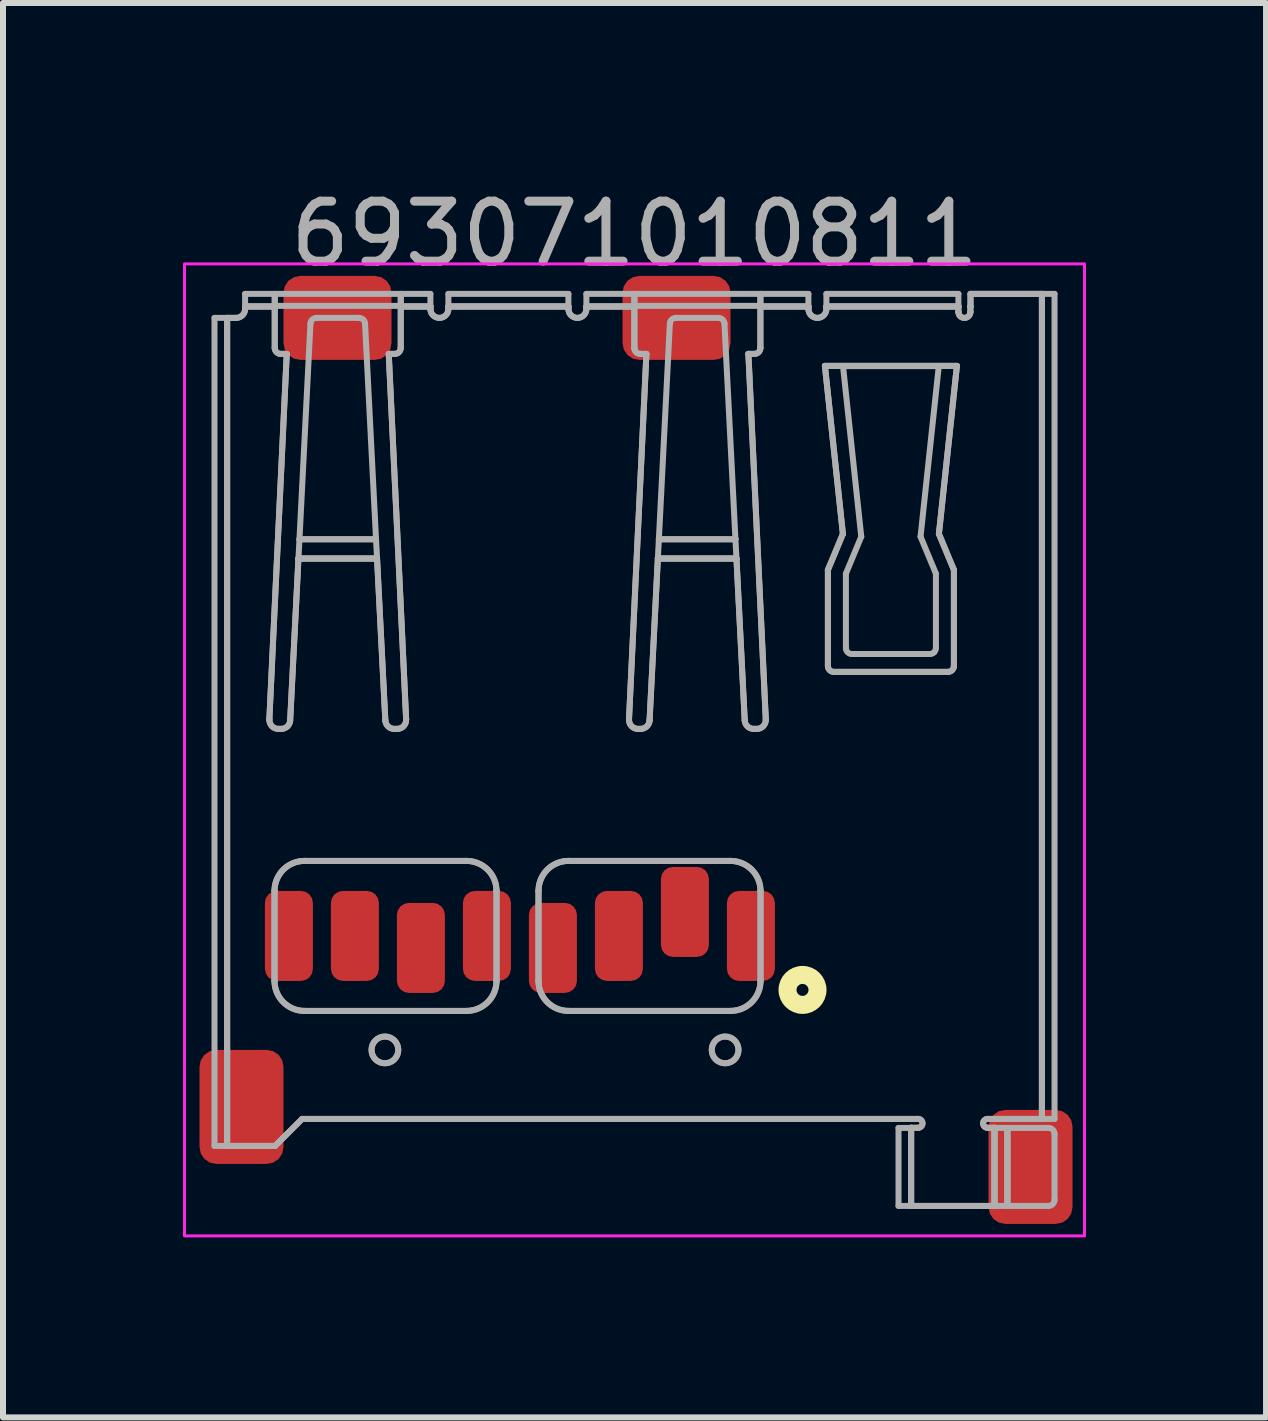
<source format=kicad_pcb>
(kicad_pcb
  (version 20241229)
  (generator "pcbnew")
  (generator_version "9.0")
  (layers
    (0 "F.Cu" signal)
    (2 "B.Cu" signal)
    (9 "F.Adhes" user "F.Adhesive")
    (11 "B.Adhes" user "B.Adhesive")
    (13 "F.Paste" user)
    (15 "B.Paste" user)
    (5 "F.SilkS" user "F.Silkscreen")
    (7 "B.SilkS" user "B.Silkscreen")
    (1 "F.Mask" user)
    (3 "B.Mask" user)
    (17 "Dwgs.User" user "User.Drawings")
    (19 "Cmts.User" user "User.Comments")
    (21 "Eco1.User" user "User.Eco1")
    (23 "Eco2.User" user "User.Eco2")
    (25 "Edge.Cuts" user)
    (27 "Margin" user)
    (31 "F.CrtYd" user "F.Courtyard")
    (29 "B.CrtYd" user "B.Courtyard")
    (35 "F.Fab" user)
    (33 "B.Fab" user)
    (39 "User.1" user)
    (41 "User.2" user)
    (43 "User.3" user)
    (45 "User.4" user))
  (footprint "693071010811"
    (layer "F.Cu")
    (at 7.525 9.448)
    (property "Reference" "693071010811" (at 0 -8.6 0) (layer "F.Fab") (effects (font (size 1 1) (thickness 0.15))))
    (attr smd)
    (fp_circle (center 2.8 4) (end 2.9 4) (stroke (width 0.3) (type solid)) (fill no) (layer "F.SilkS"))
    (fp_rect (start -7.5 -8.1) (end 7.5 8.1) (stroke (width 0.05) (type default)) (fill no) (layer "F.CrtYd"))
    (fp_line (start -7 -7.2) (end -6.79 -7.2) (stroke (width 0.1) (type solid)) (layer "F.Fab"))
    (fp_line (start -7 6.6) (end -7 -7.2) (stroke (width 0.1) (type solid)) (layer "F.Fab"))
    (fp_line (start -6.79 -7.2) (end -6.79 6.6) (stroke (width 0.1) (type solid)) (layer "F.Fab"))
    (fp_line (start -6.79 -7.2) (end -6.79 6.6) (stroke (width 0.1) (type solid)) (layer "F.Fab"))
    (fp_line (start -6.79 -7.2) (end -6.64 -7.2) (stroke (width 0.1) (type solid)) (layer "F.Fab"))
    (fp_line (start -6.79 6.6) (end -7 6.6) (stroke (width 0.1) (type solid)) (layer "F.Fab"))
    (fp_line (start -6.79 6.6) (end -6.79 -7.2) (stroke (width 0.1) (type solid)) (layer "F.Fab"))
    (fp_line (start -6.79 6.6) (end -5.99 6.6) (stroke (width 0.1) (type solid)) (layer "F.Fab"))
    (fp_line (start -6.64 -7.2) (end -6.79 -7.2) (stroke (width 0.1) (type solid)) (layer "F.Fab"))
    (fp_line (start -6.49 -7.6) (end -5.996 -7.6) (stroke (width 0.1) (type solid)) (layer "F.Fab"))
    (fp_line (start -6.49 -7.39) (end -6.49 -7.6) (stroke (width 0.1) (type solid)) (layer "F.Fab"))
    (fp_line (start -6.49 -7.39) (end -6.49 -7.35) (stroke (width 0.1) (type solid)) (layer "F.Fab"))
    (fp_line (start -6.49 -7.39) (end -5.996 -7.39) (stroke (width 0.1) (type solid)) (layer "F.Fab"))
    (fp_line (start -6.49 -7.35) (end -6.49 -7.39) (stroke (width 0.1) (type solid)) (layer "F.Fab"))
    (fp_line (start -6.086 -0.507) (end -5.796 -6.6) (stroke (width 0.1) (type solid)) (layer "F.Fab"))
    (fp_line (start -6.086 -0.507) (end -5.796 -6.6) (stroke (width 0.1) (type solid)) (layer "F.Fab"))
    (fp_line (start -6 3.85) (end -6 2.35) (stroke (width 0.1) (type solid)) (layer "F.Fab"))
    (fp_line (start -6 3.85) (end -6 2.35) (stroke (width 0.1) (type solid)) (layer "F.Fab"))
    (fp_line (start -5.996 -7.6) (end -5.996 -7.4) (stroke (width 0.1) (type solid)) (layer "F.Fab"))
    (fp_line (start -5.996 -7.6) (end -3.896 -7.6) (stroke (width 0.1) (type solid)) (layer "F.Fab"))
    (fp_line (start -5.996 -7.4) (end -3.896 -7.4) (stroke (width 0.1) (type solid)) (layer "F.Fab"))
    (fp_line (start -5.996 -7.39) (end -6.49 -7.39) (stroke (width 0.1) (type solid)) (layer "F.Fab"))
    (fp_line (start -5.996 -7.39) (end -6.49 -7.39) (stroke (width 0.1) (type solid)) (layer "F.Fab"))
    (fp_line (start -5.996 -7.39) (end -5.996 -7.6) (stroke (width 0.1) (type solid)) (layer "F.Fab"))
    (fp_line (start -5.996 -6.7) (end -5.996 -7.39) (stroke (width 0.1) (type solid)) (layer "F.Fab"))
    (fp_line (start -5.996 -6.7) (end -5.996 -7.39) (stroke (width 0.1) (type solid)) (layer "F.Fab"))
    (fp_line (start -5.99 6.6) (end -6.79 6.6) (stroke (width 0.1) (type solid)) (layer "F.Fab"))
    (fp_line (start -5.99 6.6) (end -5.54 6.15) (stroke (width 0.1) (type solid)) (layer "F.Fab"))
    (fp_line (start -5.889 -0.35) (end -5.936 -0.35) (stroke (width 0.1) (type solid)) (layer "F.Fab"))
    (fp_line (start -5.889 -0.35) (end -5.936 -0.35) (stroke (width 0.1) (type solid)) (layer "F.Fab"))
    (fp_line (start -5.796 -6.6) (end -5.896 -6.6) (stroke (width 0.1) (type solid)) (layer "F.Fab"))
    (fp_line (start -5.796 -6.6) (end -5.896 -6.6) (stroke (width 0.1) (type solid)) (layer "F.Fab"))
    (fp_line (start -5.601 -3.189) (end -5.739 -0.492) (stroke (width 0.1) (type solid)) (layer "F.Fab"))
    (fp_line (start -5.601 -3.189) (end -5.739 -0.492) (stroke (width 0.1) (type solid)) (layer "F.Fab"))
    (fp_line (start -5.601 -3.189) (end -5.584 -3.511) (stroke (width 0.1) (type solid)) (layer "F.Fab"))
    (fp_line (start -5.584 -3.511) (end -4.308 -3.511) (stroke (width 0.1) (type solid)) (layer "F.Fab"))
    (fp_line (start -5.54 6.15) (end -5.99 6.6) (stroke (width 0.1) (type solid)) (layer "F.Fab"))
    (fp_line (start -5.54 6.15) (end 4.726 6.15) (stroke (width 0.1) (type solid)) (layer "F.Fab"))
    (fp_line (start -5.5 1.85) (end -2.8 1.85) (stroke (width 0.1) (type solid)) (layer "F.Fab"))
    (fp_line (start -5.5 1.85) (end -2.8 1.85) (stroke (width 0.1) (type solid)) (layer "F.Fab"))
    (fp_line (start -5.401 -7.105) (end -5.584 -3.511) (stroke (width 0.1) (type solid)) (layer "F.Fab"))
    (fp_line (start -4.591 -7.2) (end -5.301 -7.2) (stroke (width 0.1) (type solid)) (layer "F.Fab"))
    (fp_line (start -4.308 -3.511) (end -5.584 -3.511) (stroke (width 0.1) (type solid)) (layer "F.Fab"))
    (fp_line (start -4.308 -3.511) (end -4.491 -7.105) (stroke (width 0.1) (type solid)) (layer "F.Fab"))
    (fp_line (start -4.308 -3.511) (end -4.291 -3.189) (stroke (width 0.1) (type solid)) (layer "F.Fab"))
    (fp_line (start -4.291 -3.189) (end -5.601 -3.189) (stroke (width 0.1) (type solid)) (layer "F.Fab"))
    (fp_line (start -4.291 -3.189) (end -5.601 -3.189) (stroke (width 0.1) (type solid)) (layer "F.Fab"))
    (fp_line (start -4.291 -3.189) (end -5.601 -3.189) (stroke (width 0.1) (type solid)) (layer "F.Fab"))
    (fp_line (start -4.153 -0.492) (end -4.291 -3.189) (stroke (width 0.1) (type solid)) (layer "F.Fab"))
    (fp_line (start -4.153 -0.492) (end -4.291 -3.189) (stroke (width 0.1) (type solid)) (layer "F.Fab"))
    (fp_line (start -4.096 -6.6) (end -3.806 -0.507) (stroke (width 0.1) (type solid)) (layer "F.Fab"))
    (fp_line (start -4.096 -6.6) (end -3.806 -0.507) (stroke (width 0.1) (type solid)) (layer "F.Fab"))
    (fp_line (start -3.996 -6.6) (end -4.096 -6.6) (stroke (width 0.1) (type solid)) (layer "F.Fab"))
    (fp_line (start -3.996 -6.6) (end -4.096 -6.6) (stroke (width 0.1) (type solid)) (layer "F.Fab"))
    (fp_line (start -3.956 -0.35) (end -4.003 -0.35) (stroke (width 0.1) (type solid)) (layer "F.Fab"))
    (fp_line (start -3.956 -0.35) (end -4.003 -0.35) (stroke (width 0.1) (type solid)) (layer "F.Fab"))
    (fp_line (start -3.896 -7.6) (end -3.896 -7.39) (stroke (width 0.1) (type solid)) (layer "F.Fab"))
    (fp_line (start -3.896 -7.6) (end -3.402 -7.6) (stroke (width 0.1) (type solid)) (layer "F.Fab"))
    (fp_line (start -3.896 -7.4) (end -3.896 -7.6) (stroke (width 0.1) (type solid)) (layer "F.Fab"))
    (fp_line (start -3.896 -7.39) (end -3.896 -6.7) (stroke (width 0.1) (type solid)) (layer "F.Fab"))
    (fp_line (start -3.896 -7.39) (end -3.896 -6.7) (stroke (width 0.1) (type solid)) (layer "F.Fab"))
    (fp_line (start -3.896 -7.39) (end -3.402 -7.39) (stroke (width 0.1) (type solid)) (layer "F.Fab"))
    (fp_line (start -3.402 -7.6) (end -3.402 -7.39) (stroke (width 0.1) (type solid)) (layer "F.Fab"))
    (fp_line (start -3.402 -7.39) (end -3.896 -7.39) (stroke (width 0.1) (type solid)) (layer "F.Fab"))
    (fp_line (start -3.402 -7.39) (end -3.896 -7.39) (stroke (width 0.1) (type solid)) (layer "F.Fab"))
    (fp_line (start -3.402 -7.39) (end -3.402 -7.35) (stroke (width 0.1) (type solid)) (layer "F.Fab"))
    (fp_line (start -3.402 -7.35) (end -3.402 -7.39) (stroke (width 0.1) (type solid)) (layer "F.Fab"))
    (fp_line (start -3.102 -7.6) (end -1.102 -7.6) (stroke (width 0.1) (type solid)) (layer "F.Fab"))
    (fp_line (start -3.102 -7.39) (end -3.102 -7.6) (stroke (width 0.1) (type solid)) (layer "F.Fab"))
    (fp_line (start -3.102 -7.39) (end -3.102 -7.35) (stroke (width 0.1) (type solid)) (layer "F.Fab"))
    (fp_line (start -3.102 -7.39) (end -1.102 -7.39) (stroke (width 0.1) (type solid)) (layer "F.Fab"))
    (fp_line (start -3.102 -7.35) (end -3.102 -7.39) (stroke (width 0.1) (type solid)) (layer "F.Fab"))
    (fp_line (start -2.8 4.35) (end -5.5 4.35) (stroke (width 0.1) (type solid)) (layer "F.Fab"))
    (fp_line (start -2.8 4.35) (end -5.5 4.35) (stroke (width 0.1) (type solid)) (layer "F.Fab"))
    (fp_line (start -2.3 2.35) (end -2.3 3.85) (stroke (width 0.1) (type solid)) (layer "F.Fab"))
    (fp_line (start -2.3 2.35) (end -2.3 3.85) (stroke (width 0.1) (type solid)) (layer "F.Fab"))
    (fp_line (start -1.6 3.85) (end -1.6 2.35) (stroke (width 0.1) (type solid)) (layer "F.Fab"))
    (fp_line (start -1.6 3.85) (end -1.6 2.35) (stroke (width 0.1) (type solid)) (layer "F.Fab"))
    (fp_line (start -1.102 -7.6) (end -1.102 -7.39) (stroke (width 0.1) (type solid)) (layer "F.Fab"))
    (fp_line (start -1.102 -7.39) (end -3.102 -7.39) (stroke (width 0.1) (type solid)) (layer "F.Fab"))
    (fp_line (start -1.102 -7.39) (end -3.102 -7.39) (stroke (width 0.1) (type solid)) (layer "F.Fab"))
    (fp_line (start -1.102 -7.39) (end -1.102 -7.35) (stroke (width 0.1) (type solid)) (layer "F.Fab"))
    (fp_line (start -1.102 -7.35) (end -1.102 -7.39) (stroke (width 0.1) (type solid)) (layer "F.Fab"))
    (fp_line (start -1.1 1.85) (end 1.6 1.85) (stroke (width 0.1) (type solid)) (layer "F.Fab"))
    (fp_line (start -1.1 1.85) (end 1.6 1.85) (stroke (width 0.1) (type solid)) (layer "F.Fab"))
    (fp_line (start -0.802 -7.6) (end -0.002 -7.6) (stroke (width 0.1) (type solid)) (layer "F.Fab"))
    (fp_line (start -0.802 -7.39) (end -0.802 -7.6) (stroke (width 0.1) (type solid)) (layer "F.Fab"))
    (fp_line (start -0.802 -7.39) (end -0.802 -7.35) (stroke (width 0.1) (type solid)) (layer "F.Fab"))
    (fp_line (start -0.802 -7.39) (end -0.002 -7.39) (stroke (width 0.1) (type solid)) (layer "F.Fab"))
    (fp_line (start -0.802 -7.35) (end -0.802 -7.39) (stroke (width 0.1) (type solid)) (layer "F.Fab"))
    (fp_line (start -0.092 -0.507) (end 0.198 -6.6) (stroke (width 0.1) (type solid)) (layer "F.Fab"))
    (fp_line (start -0.092 -0.507) (end 0.198 -6.6) (stroke (width 0.1) (type solid)) (layer "F.Fab"))
    (fp_line (start -0.002 -7.6) (end -0.002 -7.4) (stroke (width 0.1) (type solid)) (layer "F.Fab"))
    (fp_line (start -0.002 -7.6) (end 2.098 -7.6) (stroke (width 0.1) (type solid)) (layer "F.Fab"))
    (fp_line (start -0.002 -7.4) (end 2.098 -7.4) (stroke (width 0.1) (type solid)) (layer "F.Fab"))
    (fp_line (start -0.002 -7.39) (end -0.802 -7.39) (stroke (width 0.1) (type solid)) (layer "F.Fab"))
    (fp_line (start -0.002 -7.39) (end -0.802 -7.39) (stroke (width 0.1) (type solid)) (layer "F.Fab"))
    (fp_line (start -0.002 -7.39) (end -0.002 -7.6) (stroke (width 0.1) (type solid)) (layer "F.Fab"))
    (fp_line (start -0.002 -6.7) (end -0.002 -7.39) (stroke (width 0.1) (type solid)) (layer "F.Fab"))
    (fp_line (start -0.002 -6.7) (end -0.002 -7.39) (stroke (width 0.1) (type solid)) (layer "F.Fab"))
    (fp_line (start 0.101 -0.35) (end 0.058 -0.35) (stroke (width 0.1) (type solid)) (layer "F.Fab"))
    (fp_line (start 0.101 -0.35) (end 0.058 -0.35) (stroke (width 0.1) (type solid)) (layer "F.Fab"))
    (fp_line (start 0.198 -6.6) (end 0.098 -6.6) (stroke (width 0.1) (type solid)) (layer "F.Fab"))
    (fp_line (start 0.198 -6.6) (end 0.098 -6.6) (stroke (width 0.1) (type solid)) (layer "F.Fab"))
    (fp_line (start 0.389 -3.189) (end 0.251 -0.492) (stroke (width 0.1) (type solid)) (layer "F.Fab"))
    (fp_line (start 0.389 -3.189) (end 0.251 -0.492) (stroke (width 0.1) (type solid)) (layer "F.Fab"))
    (fp_line (start 0.389 -3.189) (end 0.406 -3.511) (stroke (width 0.1) (type solid)) (layer "F.Fab"))
    (fp_line (start 0.406 -3.511) (end 1.682 -3.511) (stroke (width 0.1) (type solid)) (layer "F.Fab"))
    (fp_line (start 0.589 -7.105) (end 0.406 -3.511) (stroke (width 0.1) (type solid)) (layer "F.Fab"))
    (fp_line (start 1.399 -7.2) (end 0.689 -7.2) (stroke (width 0.1) (type solid)) (layer "F.Fab"))
    (fp_line (start 1.6 4.35) (end -1.1 4.35) (stroke (width 0.1) (type solid)) (layer "F.Fab"))
    (fp_line (start 1.6 4.35) (end -1.1 4.35) (stroke (width 0.1) (type solid)) (layer "F.Fab"))
    (fp_line (start 1.682 -3.511) (end 0.406 -3.511) (stroke (width 0.1) (type solid)) (layer "F.Fab"))
    (fp_line (start 1.682 -3.511) (end 1.499 -7.105) (stroke (width 0.1) (type solid)) (layer "F.Fab"))
    (fp_line (start 1.682 -3.511) (end 1.699 -3.189) (stroke (width 0.1) (type solid)) (layer "F.Fab"))
    (fp_line (start 1.699 -3.189) (end 0.389 -3.189) (stroke (width 0.1) (type solid)) (layer "F.Fab"))
    (fp_line (start 1.699 -3.189) (end 0.389 -3.189) (stroke (width 0.1) (type solid)) (layer "F.Fab"))
    (fp_line (start 1.699 -3.189) (end 0.389 -3.189) (stroke (width 0.1) (type solid)) (layer "F.Fab"))
    (fp_line (start 1.837 -0.492) (end 1.699 -3.189) (stroke (width 0.1) (type solid)) (layer "F.Fab"))
    (fp_line (start 1.837 -0.492) (end 1.699 -3.189) (stroke (width 0.1) (type solid)) (layer "F.Fab"))
    (fp_line (start 1.898 -6.6) (end 2.188 -0.507) (stroke (width 0.1) (type solid)) (layer "F.Fab"))
    (fp_line (start 1.898 -6.6) (end 2.188 -0.507) (stroke (width 0.1) (type solid)) (layer "F.Fab"))
    (fp_line (start 1.998 -6.6) (end 1.898 -6.6) (stroke (width 0.1) (type solid)) (layer "F.Fab"))
    (fp_line (start 1.998 -6.6) (end 1.898 -6.6) (stroke (width 0.1) (type solid)) (layer "F.Fab"))
    (fp_line (start 2.038 -0.35) (end 1.987 -0.35) (stroke (width 0.1) (type solid)) (layer "F.Fab"))
    (fp_line (start 2.038 -0.35) (end 1.987 -0.35) (stroke (width 0.1) (type solid)) (layer "F.Fab"))
    (fp_line (start 2.098 -7.6) (end 2.098 -7.39) (stroke (width 0.1) (type solid)) (layer "F.Fab"))
    (fp_line (start 2.098 -7.6) (end 2.898 -7.6) (stroke (width 0.1) (type solid)) (layer "F.Fab"))
    (fp_line (start 2.098 -7.4) (end 2.098 -7.6) (stroke (width 0.1) (type solid)) (layer "F.Fab"))
    (fp_line (start 2.098 -7.39) (end 2.098 -6.7) (stroke (width 0.1) (type solid)) (layer "F.Fab"))
    (fp_line (start 2.098 -7.39) (end 2.098 -6.7) (stroke (width 0.1) (type solid)) (layer "F.Fab"))
    (fp_line (start 2.098 -7.39) (end 2.898 -7.39) (stroke (width 0.1) (type solid)) (layer "F.Fab"))
    (fp_line (start 2.1 2.35) (end 2.1 3.85) (stroke (width 0.1) (type solid)) (layer "F.Fab"))
    (fp_line (start 2.1 2.35) (end 2.1 3.85) (stroke (width 0.1) (type solid)) (layer "F.Fab"))
    (fp_line (start 2.898 -7.6) (end 2.898 -7.39) (stroke (width 0.1) (type solid)) (layer "F.Fab"))
    (fp_line (start 2.898 -7.39) (end 2.098 -7.39) (stroke (width 0.1) (type solid)) (layer "F.Fab"))
    (fp_line (start 2.898 -7.39) (end 2.098 -7.39) (stroke (width 0.1) (type solid)) (layer "F.Fab"))
    (fp_line (start 2.898 -7.39) (end 2.898 -7.35) (stroke (width 0.1) (type solid)) (layer "F.Fab"))
    (fp_line (start 2.898 -7.35) (end 2.898 -7.39) (stroke (width 0.1) (type solid)) (layer "F.Fab"))
    (fp_line (start 3.173 -6.4) (end 3.475 -6.4) (stroke (width 0.1) (type solid)) (layer "F.Fab"))
    (fp_line (start 3.173 -6.4) (end 3.475 -6.4) (stroke (width 0.1) (type solid)) (layer "F.Fab"))
    (fp_line (start 3.198 -7.6) (end 5.398 -7.6) (stroke (width 0.1) (type solid)) (layer "F.Fab"))
    (fp_line (start 3.198 -7.39) (end 3.198 -7.6) (stroke (width 0.1) (type solid)) (layer "F.Fab"))
    (fp_line (start 3.198 -7.39) (end 3.198 -7.35) (stroke (width 0.1) (type solid)) (layer "F.Fab"))
    (fp_line (start 3.198 -7.39) (end 5.398 -7.39) (stroke (width 0.1) (type solid)) (layer "F.Fab"))
    (fp_line (start 3.198 -7.35) (end 3.198 -7.39) (stroke (width 0.1) (type solid)) (layer "F.Fab"))
    (fp_line (start 3.223 -3) (end 3.473 -3.6) (stroke (width 0.1) (type solid)) (layer "F.Fab"))
    (fp_line (start 3.223 -3) (end 3.473 -3.6) (stroke (width 0.1) (type solid)) (layer "F.Fab"))
    (fp_line (start 3.223 -1.4) (end 3.223 -3) (stroke (width 0.1) (type solid)) (layer "F.Fab"))
    (fp_line (start 3.223 -1.4) (end 3.223 -3) (stroke (width 0.1) (type solid)) (layer "F.Fab"))
    (fp_line (start 3.473 -3.6) (end 3.173 -6.4) (stroke (width 0.1) (type solid)) (layer "F.Fab"))
    (fp_line (start 3.473 -3.6) (end 3.173 -6.4) (stroke (width 0.1) (type solid)) (layer "F.Fab"))
    (fp_line (start 3.475 -6.4) (end 5.071 -6.4) (stroke (width 0.1) (type solid)) (layer "F.Fab"))
    (fp_line (start 3.475 -6.4) (end 5.071 -6.4) (stroke (width 0.1) (type solid)) (layer "F.Fab"))
    (fp_line (start 3.475 -6.396) (end 3.779 -3.554) (stroke (width 0.1) (type solid)) (layer "F.Fab"))
    (fp_line (start 3.523 -2.938) (end 3.523 -1.698) (stroke (width 0.1) (type solid)) (layer "F.Fab"))
    (fp_line (start 3.623 -1.598) (end 4.923 -1.598) (stroke (width 0.1) (type solid)) (layer "F.Fab"))
    (fp_line (start 3.779 -3.554) (end 3.523 -2.938) (stroke (width 0.1) (type solid)) (layer "F.Fab"))
    (fp_line (start 4.4 6.3) (end 4.61 6.3) (stroke (width 0.1) (type solid)) (layer "F.Fab"))
    (fp_line (start 4.4 7.6) (end 4.4 6.3) (stroke (width 0.1) (type solid)) (layer "F.Fab"))
    (fp_line (start 4.61 6.298) (end 4.61 6.3) (stroke (width 0.1) (type solid)) (layer "F.Fab"))
    (fp_line (start 4.61 6.298) (end 4.726 6.298) (stroke (width 0.1) (type solid)) (layer "F.Fab"))
    (fp_line (start 4.61 6.3) (end 4.61 6.298) (stroke (width 0.1) (type solid)) (layer "F.Fab"))
    (fp_line (start 4.61 6.3) (end 4.61 7.6) (stroke (width 0.1) (type solid)) (layer "F.Fab"))
    (fp_line (start 4.61 6.3) (end 4.61 7.6) (stroke (width 0.1) (type solid)) (layer "F.Fab"))
    (fp_line (start 4.61 7.6) (end 4.4 7.6) (stroke (width 0.1) (type solid)) (layer "F.Fab"))
    (fp_line (start 4.61 7.6) (end 4.61 6.3) (stroke (width 0.1) (type solid)) (layer "F.Fab"))
    (fp_line (start 4.61 7.6) (end 6 7.6) (stroke (width 0.1) (type solid)) (layer "F.Fab"))
    (fp_line (start 4.726 6.15) (end -5.54 6.15) (stroke (width 0.1) (type solid)) (layer "F.Fab"))
    (fp_line (start 4.726 6.298) (end 4.61 6.298) (stroke (width 0.1) (type solid)) (layer "F.Fab"))
    (fp_line (start 4.767 -3.554) (end 5.071 -6.396) (stroke (width 0.1) (type solid)) (layer "F.Fab"))
    (fp_line (start 5.023 -2.938) (end 4.767 -3.554) (stroke (width 0.1) (type solid)) (layer "F.Fab"))
    (fp_line (start 5.023 -1.698) (end 5.023 -2.938) (stroke (width 0.1) (type solid)) (layer "F.Fab"))
    (fp_line (start 5.071 -6.396) (end 3.475 -6.396) (stroke (width 0.1) (type solid)) (layer "F.Fab"))
    (fp_line (start 5.071 -6.4) (end 5.373 -6.4) (stroke (width 0.1) (type solid)) (layer "F.Fab"))
    (fp_line (start 5.071 -6.4) (end 5.373 -6.4) (stroke (width 0.1) (type solid)) (layer "F.Fab"))
    (fp_line (start 5.073 -3.6) (end 5.323 -3) (stroke (width 0.1) (type solid)) (layer "F.Fab"))
    (fp_line (start 5.073 -3.6) (end 5.323 -3) (stroke (width 0.1) (type solid)) (layer "F.Fab"))
    (fp_line (start 5.223 -1.3) (end 3.323 -1.3) (stroke (width 0.1) (type solid)) (layer "F.Fab"))
    (fp_line (start 5.223 -1.3) (end 3.323 -1.3) (stroke (width 0.1) (type solid)) (layer "F.Fab"))
    (fp_line (start 5.323 -3) (end 5.323 -1.4) (stroke (width 0.1) (type solid)) (layer "F.Fab"))
    (fp_line (start 5.323 -3) (end 5.323 -1.4) (stroke (width 0.1) (type solid)) (layer "F.Fab"))
    (fp_line (start 5.373 -6.4) (end 5.073 -3.6) (stroke (width 0.1) (type solid)) (layer "F.Fab"))
    (fp_line (start 5.373 -6.4) (end 5.073 -3.6) (stroke (width 0.1) (type solid)) (layer "F.Fab"))
    (fp_line (start 5.398 -7.6) (end 5.398 -7.39) (stroke (width 0.1) (type solid)) (layer "F.Fab"))
    (fp_line (start 5.398 -7.39) (end 3.198 -7.39) (stroke (width 0.1) (type solid)) (layer "F.Fab"))
    (fp_line (start 5.398 -7.39) (end 3.198 -7.39) (stroke (width 0.1) (type solid)) (layer "F.Fab"))
    (fp_line (start 5.398 -7.39) (end 5.398 -7.3) (stroke (width 0.1) (type solid)) (layer "F.Fab"))
    (fp_line (start 5.398 -7.3) (end 5.398 -7.39) (stroke (width 0.1) (type solid)) (layer "F.Fab"))
    (fp_line (start 5.598 -7.39) (end 5.598 -7.3) (stroke (width 0.1) (type solid)) (layer "F.Fab"))
    (fp_line (start 5.598 -7.39) (end 5.6 -7.39) (stroke (width 0.1) (type solid)) (layer "F.Fab"))
    (fp_line (start 5.598 -7.3) (end 5.598 -7.39) (stroke (width 0.1) (type solid)) (layer "F.Fab"))
    (fp_line (start 5.6 -7.6) (end 5.6 -7.39) (stroke (width 0.1) (type solid)) (layer "F.Fab"))
    (fp_line (start 5.6 -7.6) (end 6.79 -7.6) (stroke (width 0.1) (type solid)) (layer "F.Fab"))
    (fp_line (start 5.6 -7.39) (end 5.598 -7.39) (stroke (width 0.1) (type solid)) (layer "F.Fab"))
    (fp_line (start 5.6 -7.39) (end 5.6 -7.6) (stroke (width 0.1) (type solid)) (layer "F.Fab"))
    (fp_line (start 5.884 6.15) (end 6.79 6.15) (stroke (width 0.1) (type solid)) (layer "F.Fab"))
    (fp_line (start 5.884 6.298) (end 6 6.298) (stroke (width 0.1) (type solid)) (layer "F.Fab"))
    (fp_line (start 6 6.298) (end 5.884 6.298) (stroke (width 0.1) (type solid)) (layer "F.Fab"))
    (fp_line (start 6 6.298) (end 6 6.3) (stroke (width 0.1) (type solid)) (layer "F.Fab"))
    (fp_line (start 6 6.3) (end 6 6.298) (stroke (width 0.1) (type solid)) (layer "F.Fab"))
    (fp_line (start 6 6.3) (end 6 7.6) (stroke (width 0.1) (type solid)) (layer "F.Fab"))
    (fp_line (start 6 6.3) (end 6.21 6.3) (stroke (width 0.1) (type solid)) (layer "F.Fab"))
    (fp_line (start 6 7.6) (end 4.61 7.6) (stroke (width 0.1) (type solid)) (layer "F.Fab"))
    (fp_line (start 6 7.6) (end 6 6.3) (stroke (width 0.1) (type solid)) (layer "F.Fab"))
    (fp_line (start 6 7.6) (end 6 6.3) (stroke (width 0.1) (type solid)) (layer "F.Fab"))
    (fp_line (start 6.21 6.3) (end 6.21 7.6) (stroke (width 0.1) (type solid)) (layer "F.Fab"))
    (fp_line (start 6.21 7.6) (end 6 7.6) (stroke (width 0.1) (type solid)) (layer "F.Fab"))
    (fp_line (start 6.22 6.3) (end 6.22 7.6) (stroke (width 0.1) (type solid)) (layer "F.Fab"))
    (fp_line (start 6.22 7.6) (end 6.9 7.6) (stroke (width 0.1) (type solid)) (layer "F.Fab"))
    (fp_line (start 6.79 -7.6) (end 5.6 -7.6) (stroke (width 0.1) (type solid)) (layer "F.Fab"))
    (fp_line (start 6.79 -7.6) (end 6.79 6.15) (stroke (width 0.1) (type solid)) (layer "F.Fab"))
    (fp_line (start 6.79 -7.6) (end 7 -7.6) (stroke (width 0.1) (type solid)) (layer "F.Fab"))
    (fp_line (start 6.79 6.15) (end 5.884 6.15) (stroke (width 0.1) (type solid)) (layer "F.Fab"))
    (fp_line (start 6.79 6.15) (end 6.79 -7.6) (stroke (width 0.1) (type solid)) (layer "F.Fab"))
    (fp_line (start 6.79 6.15) (end 6.79 -7.6) (stroke (width 0.1) (type solid)) (layer "F.Fab"))
    (fp_line (start 6.9 6.3) (end 6.22 6.3) (stroke (width 0.1) (type solid)) (layer "F.Fab"))
    (fp_line (start 7 -7.6) (end 7 6.15) (stroke (width 0.1) (type solid)) (layer "F.Fab"))
    (fp_line (start 7 6.15) (end 6.79 6.15) (stroke (width 0.1) (type solid)) (layer "F.Fab"))
    (fp_line (start 7 7.5) (end 7 6.4) (stroke (width 0.1) (type solid)) (layer "F.Fab"))
    (fp_arc (start -6.49 -7.35) (mid -6.533934 -7.243934) (end -6.64 -7.2) (stroke (width 0.1) (type solid)) (layer "F.Fab"))
    (fp_arc (start -6.49 -7.35) (mid -6.533934 -7.243934) (end -6.64 -7.2) (stroke (width 0.1) (type solid)) (layer "F.Fab"))
    (fp_arc (start -6 2.35) (mid -5.853553 1.996447) (end -5.5 1.85) (stroke (width 0.1) (type solid)) (layer "F.Fab"))
    (fp_arc (start -6 2.35) (mid -5.853553 1.996447) (end -5.5 1.85) (stroke (width 0.1) (type solid)) (layer "F.Fab"))
    (fp_arc (start -5.935703 -0.35) (mid -6.044258 -0.396482) (end -6.085534 -0.50712) (stroke (width 0.1) (type solid)) (layer "F.Fab"))
    (fp_arc (start -5.935703 -0.35) (mid -6.044258 -0.396482) (end -6.085534 -0.50712) (stroke (width 0.1) (type solid)) (layer "F.Fab"))
    (fp_arc (start -5.896 -6.6) (mid -5.966711 -6.629289) (end -5.996 -6.7) (stroke (width 0.1) (type solid)) (layer "F.Fab"))
    (fp_arc (start -5.896 -6.6) (mid -5.966711 -6.629289) (end -5.996 -6.7) (stroke (width 0.1) (type solid)) (layer "F.Fab"))
    (fp_arc (start -5.738727 -0.492346) (mid -5.785207 -0.391262) (end -5.888531 -0.35) (stroke (width 0.1) (type solid)) (layer "F.Fab"))
    (fp_arc (start -5.738727 -0.492346) (mid -5.785207 -0.391262) (end -5.888531 -0.35) (stroke (width 0.1) (type solid)) (layer "F.Fab"))
    (fp_arc (start -5.5 4.35) (mid -5.853553 4.203553) (end -6 3.85) (stroke (width 0.1) (type solid)) (layer "F.Fab"))
    (fp_arc (start -5.5 4.35) (mid -5.853553 4.203553) (end -6 3.85) (stroke (width 0.1) (type solid)) (layer "F.Fab"))
    (fp_arc (start -4.003469 -0.35) (mid -4.106794 -0.391261) (end -4.153273 -0.492346) (stroke (width 0.1) (type solid)) (layer "F.Fab"))
    (fp_arc (start -4.003469 -0.35) (mid -4.106794 -0.391261) (end -4.153273 -0.492346) (stroke (width 0.1) (type solid)) (layer "F.Fab"))
    (fp_arc (start -3.896 -6.7) (mid -3.925289 -6.629289) (end -3.996 -6.6) (stroke (width 0.1) (type solid)) (layer "F.Fab"))
    (fp_arc (start -3.896 -6.7) (mid -3.925289 -6.629289) (end -3.996 -6.6) (stroke (width 0.1) (type solid)) (layer "F.Fab"))
    (fp_arc (start -3.806466 -0.50712) (mid -3.847743 -0.396483) (end -3.956297 -0.35) (stroke (width 0.1) (type solid)) (layer "F.Fab"))
    (fp_arc (start -3.806466 -0.50712) (mid -3.847743 -0.396483) (end -3.956297 -0.35) (stroke (width 0.1) (type solid)) (layer "F.Fab"))
    (fp_arc (start -3.102 -7.35) (mid -3.252 -7.2) (end -3.402 -7.35) (stroke (width 0.1) (type solid)) (layer "F.Fab"))
    (fp_arc (start -3.102 -7.35) (mid -3.252 -7.2) (end -3.402 -7.35) (stroke (width 0.1) (type solid)) (layer "F.Fab"))
    (fp_arc (start -2.8 1.85) (mid -2.446447 1.996447) (end -2.3 2.35) (stroke (width 0.1) (type solid)) (layer "F.Fab"))
    (fp_arc (start -2.8 1.85) (mid -2.446447 1.996447) (end -2.3 2.35) (stroke (width 0.1) (type solid)) (layer "F.Fab"))
    (fp_arc (start -2.3 3.85) (mid -2.446447 4.203553) (end -2.8 4.35) (stroke (width 0.1) (type solid)) (layer "F.Fab"))
    (fp_arc (start -2.3 3.85) (mid -2.446447 4.203553) (end -2.8 4.35) (stroke (width 0.1) (type solid)) (layer "F.Fab"))
    (fp_arc (start -1.6 2.35) (mid -1.453553 1.996447) (end -1.1 1.85) (stroke (width 0.1) (type solid)) (layer "F.Fab"))
    (fp_arc (start -1.6 2.35) (mid -1.453553 1.996447) (end -1.1 1.85) (stroke (width 0.1) (type solid)) (layer "F.Fab"))
    (fp_arc (start -1.1 4.35) (mid -1.453553 4.203553) (end -1.6 3.85) (stroke (width 0.1) (type solid)) (layer "F.Fab"))
    (fp_arc (start -1.1 4.35) (mid -1.453553 4.203553) (end -1.6 3.85) (stroke (width 0.1) (type solid)) (layer "F.Fab"))
    (fp_arc (start -0.802 -7.35) (mid -0.952 -7.2) (end -1.102 -7.35) (stroke (width 0.1) (type solid)) (layer "F.Fab"))
    (fp_arc (start -0.802 -7.35) (mid -0.952 -7.2) (end -1.102 -7.35) (stroke (width 0.1) (type solid)) (layer "F.Fab"))
    (fp_arc (start 0.058297 -0.35) (mid -0.050255 -0.396483) (end -0.091534 -0.50712) (stroke (width 0.1) (type solid)) (layer "F.Fab"))
    (fp_arc (start 0.058297 -0.35) (mid -0.050255 -0.396483) (end -0.091534 -0.50712) (stroke (width 0.1) (type solid)) (layer "F.Fab"))
    (fp_arc (start 0.098 -6.6) (mid 0.027289 -6.629289) (end -0.002 -6.7) (stroke (width 0.1) (type solid)) (layer "F.Fab"))
    (fp_arc (start 0.098 -6.6) (mid 0.027289 -6.629289) (end -0.002 -6.7) (stroke (width 0.1) (type solid)) (layer "F.Fab"))
    (fp_arc (start 0.251273 -0.492346) (mid 0.204791 -0.391273) (end 0.101469 -0.35) (stroke (width 0.1) (type solid)) (layer "F.Fab"))
    (fp_arc (start 0.251273 -0.492346) (mid 0.204791 -0.391273) (end 0.101469 -0.35) (stroke (width 0.1) (type solid)) (layer "F.Fab"))
    (fp_arc (start 1.6 1.85) (mid 1.953553 1.996447) (end 2.1 2.35) (stroke (width 0.1) (type solid)) (layer "F.Fab"))
    (fp_arc (start 1.6 1.85) (mid 1.953553 1.996447) (end 2.1 2.35) (stroke (width 0.1) (type solid)) (layer "F.Fab"))
    (fp_arc (start 1.986531 -0.35) (mid 1.883187 -0.39125) (end 1.836727 -0.492346) (stroke (width 0.1) (type solid)) (layer "F.Fab"))
    (fp_arc (start 1.986531 -0.35) (mid 1.883187 -0.39125) (end 1.836727 -0.492346) (stroke (width 0.1) (type solid)) (layer "F.Fab"))
    (fp_arc (start 2.098 -6.7) (mid 2.068711 -6.629289) (end 1.998 -6.6) (stroke (width 0.1) (type solid)) (layer "F.Fab"))
    (fp_arc (start 2.098 -6.7) (mid 2.068711 -6.629289) (end 1.998 -6.6) (stroke (width 0.1) (type solid)) (layer "F.Fab"))
    (fp_arc (start 2.1 3.85) (mid 1.953553 4.203553) (end 1.6 4.35) (stroke (width 0.1) (type solid)) (layer "F.Fab"))
    (fp_arc (start 2.1 3.85) (mid 1.953553 4.203553) (end 1.6 4.35) (stroke (width 0.1) (type solid)) (layer "F.Fab"))
    (fp_arc (start 2.187534 -0.50712) (mid 2.146257 -0.396481) (end 2.037703 -0.35) (stroke (width 0.1) (type solid)) (layer "F.Fab"))
    (fp_arc (start 2.187534 -0.50712) (mid 2.146257 -0.396481) (end 2.037703 -0.35) (stroke (width 0.1) (type solid)) (layer "F.Fab"))
    (fp_arc (start 3.198 -7.35) (mid 3.048 -7.2) (end 2.898 -7.35) (stroke (width 0.1) (type solid)) (layer "F.Fab"))
    (fp_arc (start 3.198 -7.35) (mid 3.048 -7.2) (end 2.898 -7.35) (stroke (width 0.1) (type solid)) (layer "F.Fab"))
    (fp_arc (start 3.323 -1.3) (mid 3.252289 -1.329289) (end 3.223 -1.4) (stroke (width 0.1) (type solid)) (layer "F.Fab"))
    (fp_arc (start 3.323 -1.3) (mid 3.252289 -1.329289) (end 3.223 -1.4) (stroke (width 0.1) (type solid)) (layer "F.Fab"))
    (fp_arc (start 4.726 6.15) (mid 4.8 6.224) (end 4.726 6.298) (stroke (width 0.1) (type solid)) (layer "F.Fab"))
    (fp_arc (start 4.726 6.15) (mid 4.8 6.224) (end 4.726 6.298) (stroke (width 0.1) (type solid)) (layer "F.Fab"))
    (fp_arc (start 5.323 -1.4) (mid 5.293711 -1.329289) (end 5.223 -1.3) (stroke (width 0.1) (type solid)) (layer "F.Fab"))
    (fp_arc (start 5.323 -1.4) (mid 5.293711 -1.329289) (end 5.223 -1.3) (stroke (width 0.1) (type solid)) (layer "F.Fab"))
    (fp_arc (start 5.598 -7.3) (mid 5.498 -7.2) (end 5.398 -7.3) (stroke (width 0.1) (type solid)) (layer "F.Fab"))
    (fp_arc (start 5.598 -7.3) (mid 5.498 -7.2) (end 5.398 -7.3) (stroke (width 0.1) (type solid)) (layer "F.Fab"))
    (fp_arc (start 5.884 6.298) (mid 5.81 6.224) (end 5.884 6.15) (stroke (width 0.1) (type solid)) (layer "F.Fab"))
    (fp_arc (start 5.884 6.298) (mid 5.81 6.224) (end 5.884 6.15) (stroke (width 0.1) (type solid)) (layer "F.Fab"))
    (fp_arc (start 6.9 6.3) (mid 6.970711 6.329289) (end 7 6.4) (stroke (width 0.1) (type solid)) (layer "F.Fab"))
    (fp_arc (start 7 7.5) (mid 6.970711 7.570711) (end 6.9 7.6) (stroke (width 0.1) (type solid)) (layer "F.Fab"))
    (fp_circle (center -4.16 5) (end -3.937 5) (stroke (width 0.1) (type solid)) (fill no) (layer "F.Fab"))
    (fp_circle (center -4.16 5) (end -3.937 5) (stroke (width 0.1) (type solid)) (fill no) (layer "F.Fab"))
    (fp_circle (center 1.51 5) (end 1.733 5) (stroke (width 0.1) (type solid)) (fill no) (layer "F.Fab"))
    (fp_circle (center 1.51 5) (end 1.733 5) (stroke (width 0.1) (type solid)) (fill no) (layer "F.Fab"))
    (fp_curve (pts (xy -5.301 -7.2) (xy -5.354 -7.2) (xy -5.398 -7.158) (xy -5.401 -7.105)) (stroke (width 0.1) (type solid)) (layer "F.Fab"))
    (fp_curve (pts (xy -4.491 -7.105) (xy -4.494 -7.158) (xy -4.538 -7.2) (xy -4.591 -7.2)) (stroke (width 0.1) (type solid)) (layer "F.Fab"))
    (fp_curve (pts (xy 0.689 -7.2) (xy 0.636 -7.2) (xy 0.592 -7.158) (xy 0.589 -7.105)) (stroke (width 0.1) (type solid)) (layer "F.Fab"))
    (fp_curve (pts (xy 1.499 -7.105) (xy 1.496 -7.158) (xy 1.452 -7.2) (xy 1.399 -7.2)) (stroke (width 0.1) (type solid)) (layer "F.Fab"))
    (fp_curve (pts (xy 3.523 -1.698) (xy 3.523 -1.643) (xy 3.568 -1.598) (xy 3.623 -1.598)) (stroke (width 0.1) (type solid)) (layer "F.Fab"))
    (fp_curve (pts (xy 4.923 -1.598) (xy 4.95 -1.598) (xy 4.975 -1.609) (xy 4.994 -1.628)) (stroke (width 0.1) (type solid)) (layer "F.Fab"))
    (fp_curve (pts (xy 4.994 -1.628) (xy 5.012 -1.646) (xy 5.023 -1.672) (xy 5.023 -1.698)) (stroke (width 0.1) (type solid)) (layer "F.Fab"))
    (pad "1" smd roundrect (at 1.94 3.1 180) (size 0.8 1.5) (layers "F.Cu" "F.Mask" "F.Paste") (roundrect_rratio 0.25))
    (pad "2" smd roundrect (at 0.84 2.7 180) (size 0.8 1.5) (layers "F.Cu" "F.Mask" "F.Paste") (roundrect_rratio 0.25))
    (pad "3" smd roundrect (at -0.26 3.1 180) (size 0.8 1.5) (layers "F.Cu" "F.Mask" "F.Paste") (roundrect_rratio 0.25))
    (pad "4" smd roundrect (at -1.36 3.3 180) (size 0.8 1.5) (layers "F.Cu" "F.Mask" "F.Paste") (roundrect_rratio 0.25))
    (pad "5" smd roundrect (at -2.46 3.1 180) (size 0.8 1.5) (layers "F.Cu" "F.Mask" "F.Paste") (roundrect_rratio 0.25))
    (pad "6" smd roundrect (at -3.56 3.3 180) (size 0.8 1.5) (layers "F.Cu" "F.Mask" "F.Paste") (roundrect_rratio 0.25))
    (pad "7" smd roundrect (at -4.66 3.1 180) (size 0.8 1.5) (layers "F.Cu" "F.Mask" "F.Paste") (roundrect_rratio 0.25))
    (pad "8" smd roundrect (at -5.76 3.1 180) (size 0.8 1.5) (layers "F.Cu" "F.Mask" "F.Paste") (roundrect_rratio 0.25))
    (pad "9" smd roundrect (at -6.55 5.95 180) (size 1.4 1.9) (layers "F.Cu" "F.Mask" "F.Paste") (roundrect_rratio 0.2))
    (pad "9" smd roundrect (at 6.6 6.95 180) (size 1.4 1.9) (layers "F.Cu" "F.Mask" "F.Paste") (roundrect_rratio 0.2))
    (pad "10" smd roundrect (at -4.95 -7.2 180) (size 1.8 1.4) (layers "F.Cu" "F.Mask" "F.Paste") (roundrect_rratio 0.2))
    (pad "10" smd roundrect (at 0.7 -7.2 180) (size 1.8 1.4) (layers "F.Cu" "F.Mask" "F.Paste") (roundrect_rratio 0.2)))
  (gr_rect
    (start -3 -3)
    (end 18.05 20.573)
    (stroke (width 0.1) (type default))
    (fill no)
    (layer "Edge.Cuts")))
</source>
